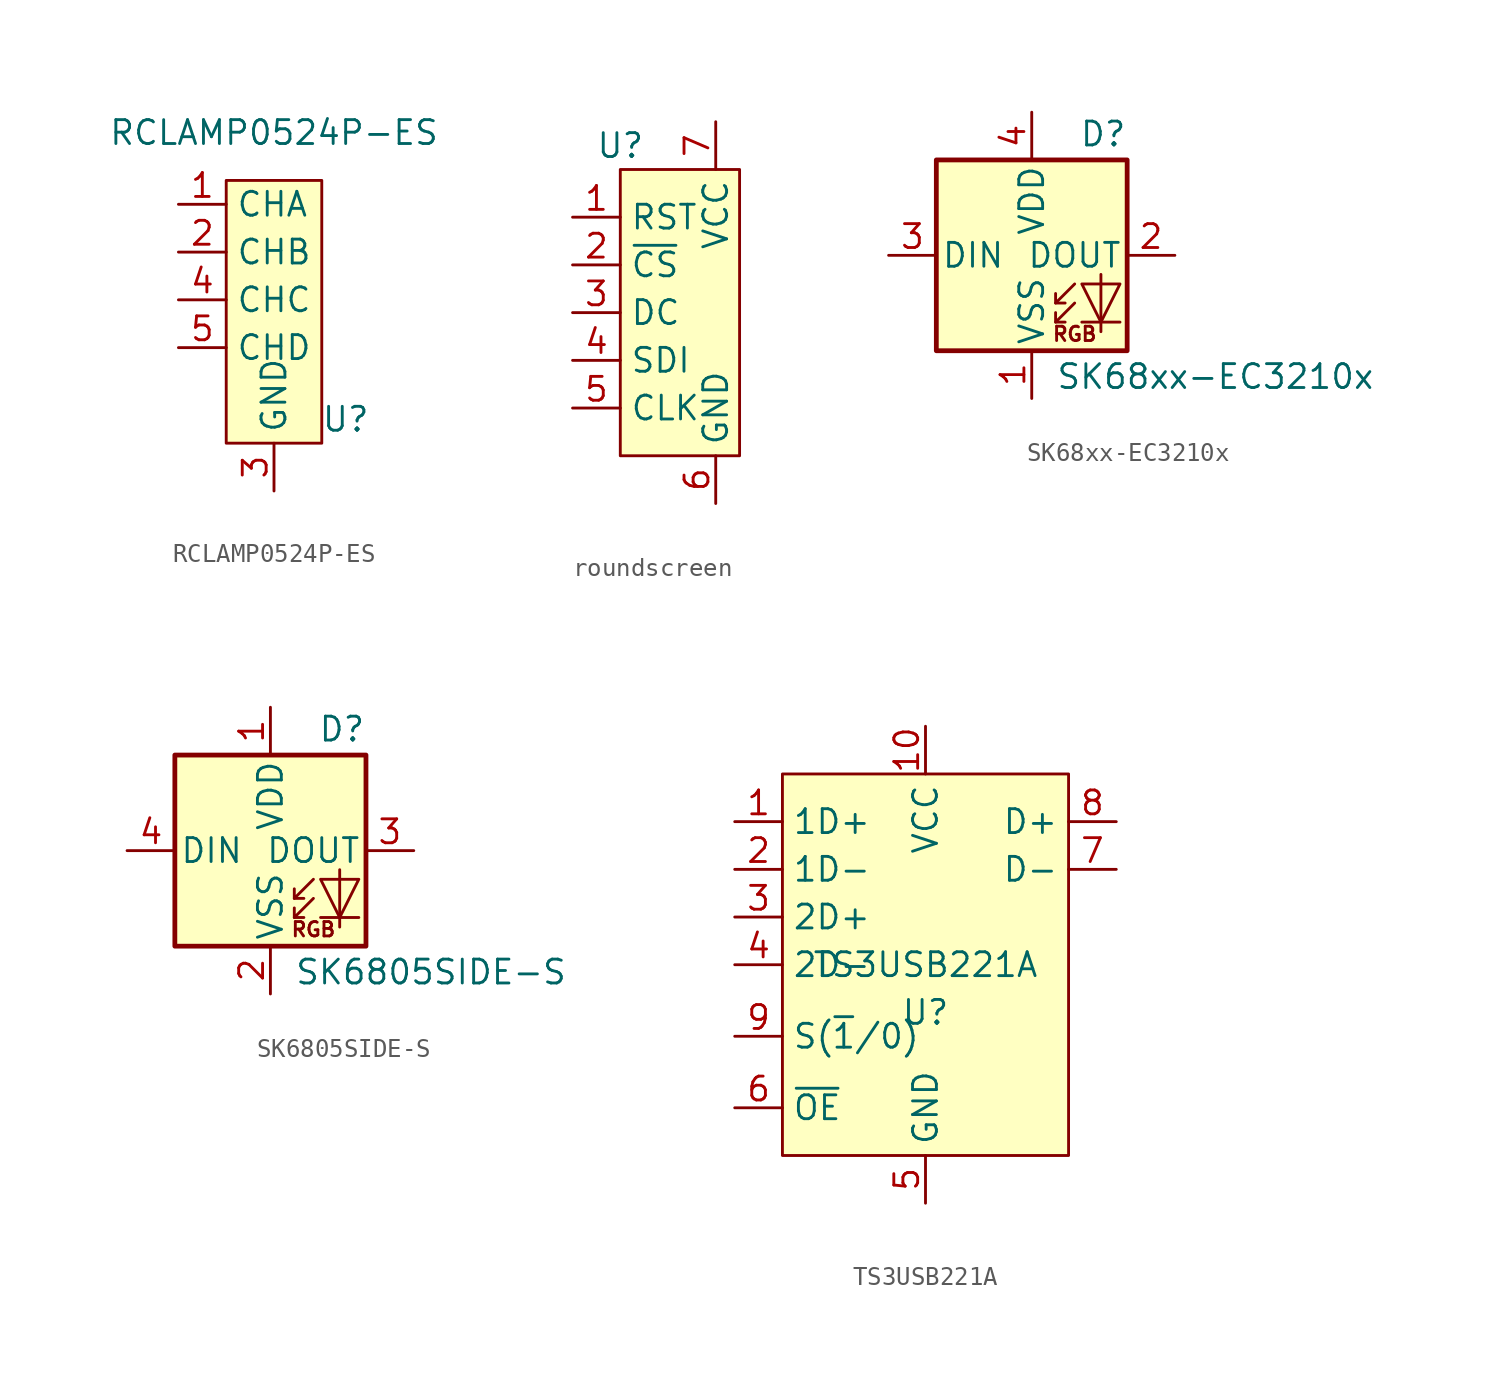
<source format=kicad_sym>
(kicad_symbol_lib
  (version 20220914)
  (generator kicad_symbol_editor)
  (symbol "RCLAMP0524P-ES"
    (property "Reference" "U"
      (at 3.81 -6.35 0)
      (effects (font (size 1.27 1.27))))
    (property "Value" "RCLAMP0524P-ES"
      (at 0 8.89 0)
      (effects (font (size 1.27 1.27))))
    (symbol "RCLAMP0524P-ES_1_1"
      (rectangle (start -2.54 6.35) (end 2.54 -7.62) (stroke (width 0) (type default)) (fill (type background)))
      (pin passive line (at -5.08 5.08 0) (length 2.54) (name "CHA" (effects (font (size 1.27 1.27)))) (number "1" (effects (font (size 1.27 1.27)))))
      (pin passive line (at -5.08 5.08 0) (length 2.54) hide (name "CHA" (effects (font (size 1.27 1.27)))) (number "10" (effects (font (size 1.27 1.27)))))
      (pin passive line (at -5.08 2.54 0) (length 2.54) (name "CHB" (effects (font (size 1.27 1.27)))) (number "2" (effects (font (size 1.27 1.27)))))
      (pin power_in line (at 0 -10.16 90) (length 2.54) (name "GND" (effects (font (size 1.27 1.27)))) (number "3" (effects (font (size 1.27 1.27)))))
      (pin passive line (at -5.08 0 0) (length 2.54) (name "CHC" (effects (font (size 1.27 1.27)))) (number "4" (effects (font (size 1.27 1.27)))))
      (pin passive line (at -5.08 -2.54 0) (length 2.54) (name "CHD" (effects (font (size 1.27 1.27)))) (number "5" (effects (font (size 1.27 1.27)))))
      (pin passive line (at -5.08 -2.54 0) (length 2.54) hide (name "CHD" (effects (font (size 1.27 1.27)))) (number "6" (effects (font (size 1.27 1.27)))))
      (pin passive line (at -5.08 0 0) (length 2.54) hide (name "CHC" (effects (font (size 1.27 1.27)))) (number "7" (effects (font (size 1.27 1.27)))))
      (pin passive line (at 0 -10.16 90) (length 2.54) hide (name "GND" (effects (font (size 1.27 1.27)))) (number "8" (effects (font (size 1.27 1.27)))))
      (pin passive line (at -5.08 2.54 0) (length 2.54) hide (name "CHB" (effects (font (size 1.27 1.27)))) (number "9" (effects (font (size 1.27 1.27)))))))
  (symbol "roundscreen"
    (property "Reference" "U"
      (at -5.08 8.89 0)
      (effects (font (size 1.27 1.27))))
    (property "Value" ""
      (at 0 0 0)
      (effects (font (size 1.27 1.27))))
    (symbol "roundscreen_1_1"
      (rectangle (start -5.08 7.62) (end 1.27 -7.62) (stroke (width 0) (type default)) (fill (type background)))
      (pin input line (at -7.62 5.08 0) (length 2.54) (name "RST" (effects (font (size 1.27 1.27)))) (number "1" (effects (font (size 1.27 1.27)))))
      (pin input line (at -7.62 2.54 0) (length 2.54) (name "~{CS}" (effects (font (size 1.27 1.27)))) (number "2" (effects (font (size 1.27 1.27)))))
      (pin input line (at -7.62 0 0) (length 2.54) (name "DC" (effects (font (size 1.27 1.27)))) (number "3" (effects (font (size 1.27 1.27)))))
      (pin input line (at -7.62 -2.54 0) (length 2.54) (name "SDI" (effects (font (size 1.27 1.27)))) (number "4" (effects (font (size 1.27 1.27)))))
      (pin input line (at -7.62 -5.08 0) (length 2.54) (name "CLK" (effects (font (size 1.27 1.27)))) (number "5" (effects (font (size 1.27 1.27)))))
      (pin power_in line (at 0 -10.16 90) (length 2.54) (name "GND" (effects (font (size 1.27 1.27)))) (number "6" (effects (font (size 1.27 1.27)))))
      (pin power_in line (at 0 10.16 270) (length 2.54) (name "VCC" (effects (font (size 1.27 1.27)))) (number "7" (effects (font (size 1.27 1.27)))))))
  (symbol "SK68xx-EC3210x"
    (pin_names
      (offset 0.254))
    (property "Reference" "D"
      (at 5.08 5.715 0)
      (effects (font (size 1.27 1.27)) (justify right bottom)))
    (property "Value" "SK68xx-EC3210x"
      (at 1.27 -5.715 0)
      (effects (font (size 1.27 1.27)) (justify left top)))
    (symbol "SK68xx-EC3210x_0_0"
      (text "RGB" (at 2.286 -4.191 0) (effects (font (size 0.762 0.762)))))
    (symbol "SK68xx-EC3210x_0_1"
      (polyline (pts (xy 1.27 -3.556) (xy 1.778 -3.556)) (stroke (width 0) (type default)) (fill (type none)))
      (polyline (pts (xy 1.27 -2.54) (xy 1.778 -2.54)) (stroke (width 0) (type default)) (fill (type none)))
      (polyline (pts (xy 4.699 -3.556) (xy 2.667 -3.556)) (stroke (width 0) (type default)) (fill (type none)))
      (polyline (pts (xy 2.286 -2.54) (xy 1.27 -3.556) (xy 1.27 -3.048)) (stroke (width 0) (type default)) (fill (type none)))
      (polyline (pts (xy 2.286 -1.524) (xy 1.27 -2.54) (xy 1.27 -2.032)) (stroke (width 0) (type default)) (fill (type none)))
      (polyline (pts (xy 3.683 -1.016) (xy 3.683 -3.556) (xy 3.683 -4.064)) (stroke (width 0) (type default)) (fill (type none)))
      (polyline (pts (xy 4.699 -1.524) (xy 2.667 -1.524) (xy 3.683 -3.556) (xy 4.699 -1.524)) (stroke (width 0) (type default)) (fill (type none)))
      (rectangle (start 5.08 5.08) (end -5.08 -5.08) (stroke (width 0.254) (type default)) (fill (type background))))
    (symbol "SK68xx-EC3210x_1_1"
      (pin power_in line (at 0 -7.62 90) (length 2.54) (name "VSS" (effects (font (size 1.27 1.27)))) (number "1" (effects (font (size 1.27 1.27)))))
      (pin output line (at 7.62 0 180) (length 2.54) (name "DOUT" (effects (font (size 1.27 1.27)))) (number "2" (effects (font (size 1.27 1.27)))))
      (pin input line (at -7.62 0 0) (length 2.54) (name "DIN" (effects (font (size 1.27 1.27)))) (number "3" (effects (font (size 1.27 1.27)))))
      (pin power_in line (at 0 7.62 270) (length 2.54) (name "VDD" (effects (font (size 1.27 1.27)))) (number "4" (effects (font (size 1.27 1.27)))))))
  (symbol "SK6805SIDE-S"
    (pin_names
      (offset 0.254))
    (property "Reference" "D"
      (at 5.08 5.715 0)
      (effects (font (size 1.27 1.27)) (justify right bottom)))
    (property "Value" "SK6805SIDE-S"
      (at 1.27 -5.715 0)
      (effects (font (size 1.27 1.27)) (justify left top)))
    (symbol "SK6805SIDE-S_0_0"
      (text "RGB" (at 2.286 -4.191 0) (effects (font (size 0.762 0.762)))))
    (symbol "SK6805SIDE-S_0_1"
      (rectangle (start -5.08 5.08) (end 5.08 -5.08) (stroke (width 0.254) (type default)) (fill (type background)))
      (polyline (pts (xy 1.27 -3.556) (xy 1.778 -3.556)) (stroke (width 0) (type default)) (fill (type none)))
      (polyline (pts (xy 1.27 -2.54) (xy 1.778 -2.54)) (stroke (width 0) (type default)) (fill (type none)))
      (polyline (pts (xy 4.699 -3.556) (xy 2.667 -3.556)) (stroke (width 0) (type default)) (fill (type none)))
      (polyline (pts (xy 2.286 -2.54) (xy 1.27 -3.556) (xy 1.27 -3.048)) (stroke (width 0) (type default)) (fill (type none)))
      (polyline (pts (xy 2.286 -1.524) (xy 1.27 -2.54) (xy 1.27 -2.032)) (stroke (width 0) (type default)) (fill (type none)))
      (polyline (pts (xy 3.683 -1.016) (xy 3.683 -3.556) (xy 3.683 -4.064)) (stroke (width 0) (type default)) (fill (type none)))
      (polyline (pts (xy 4.699 -1.524) (xy 2.667 -1.524) (xy 3.683 -3.556) (xy 4.699 -1.524)) (stroke (width 0) (type default)) (fill (type none))))
    (symbol "SK6805SIDE-S_1_1"
      (pin power_in line (at 0 7.62 270) (length 2.54) (name "VDD" (effects (font (size 1.27 1.27)))) (number "1" (effects (font (size 1.27 1.27)))))
      (pin power_in line (at 0 -7.62 90) (length 2.54) (name "VSS" (effects (font (size 1.27 1.27)))) (number "2" (effects (font (size 1.27 1.27)))))
      (pin output line (at 7.62 0 180) (length 2.54) (name "DOUT" (effects (font (size 1.27 1.27)))) (number "3" (effects (font (size 1.27 1.27)))))
      (pin input line (at -7.62 0 0) (length 2.54) (name "DIN" (effects (font (size 1.27 1.27)))) (number "4" (effects (font (size 1.27 1.27)))))))
  (symbol "TS3USB221A"
    (property "Reference" "U"
      (at 0 -2.54 0)
      (effects (font (size 1.27 1.27))))
    (property "Value" "TS3USB221A"
      (at 0 0 0)
      (effects (font (size 1.27 1.27))))
    (symbol "TS3USB221A_1_1"
      (rectangle (start -7.62 10.16) (end 7.62 -10.16) (stroke (width 0) (type default)) (fill (type background)))
      (pin passive line (at -10.16 7.62 0) (length 2.54) (name "1D+" (effects (font (size 1.27 1.27)))) (number "1" (effects (font (size 1.27 1.27)))))
      (pin power_in line (at 0 12.7 270) (length 2.54) (name "VCC" (effects (font (size 1.27 1.27)))) (number "10" (effects (font (size 1.27 1.27)))))
      (pin passive line (at -10.16 5.08 0) (length 2.54) (name "1D-" (effects (font (size 1.27 1.27)))) (number "2" (effects (font (size 1.27 1.27)))))
      (pin passive line (at -10.16 2.54 0) (length 2.54) (name "2D+" (effects (font (size 1.27 1.27)))) (number "3" (effects (font (size 1.27 1.27)))))
      (pin passive line (at -10.16 0 0) (length 2.54) (name "2D-" (effects (font (size 1.27 1.27)))) (number "4" (effects (font (size 1.27 1.27)))))
      (pin power_in line (at 0 -12.7 90) (length 2.54) (name "GND" (effects (font (size 1.27 1.27)))) (number "5" (effects (font (size 1.27 1.27)))))
      (pin input line (at -10.16 -7.62 0) (length 2.54) (name "~{OE}" (effects (font (size 1.27 1.27)))) (number "6" (effects (font (size 1.27 1.27)))))
      (pin passive line (at 10.16 5.08 180) (length 2.54) (name "D-" (effects (font (size 1.27 1.27)))) (number "7" (effects (font (size 1.27 1.27)))))
      (pin passive line (at 10.16 7.62 180) (length 2.54) (name "D+" (effects (font (size 1.27 1.27)))) (number "8" (effects (font (size 1.27 1.27)))))
      (pin input line (at -10.16 -3.81 0) (length 2.54) (name "S(~{1}/0)" (effects (font (size 1.27 1.27)))) (number "9" (effects (font (size 1.27 1.27))))))))
</source>
